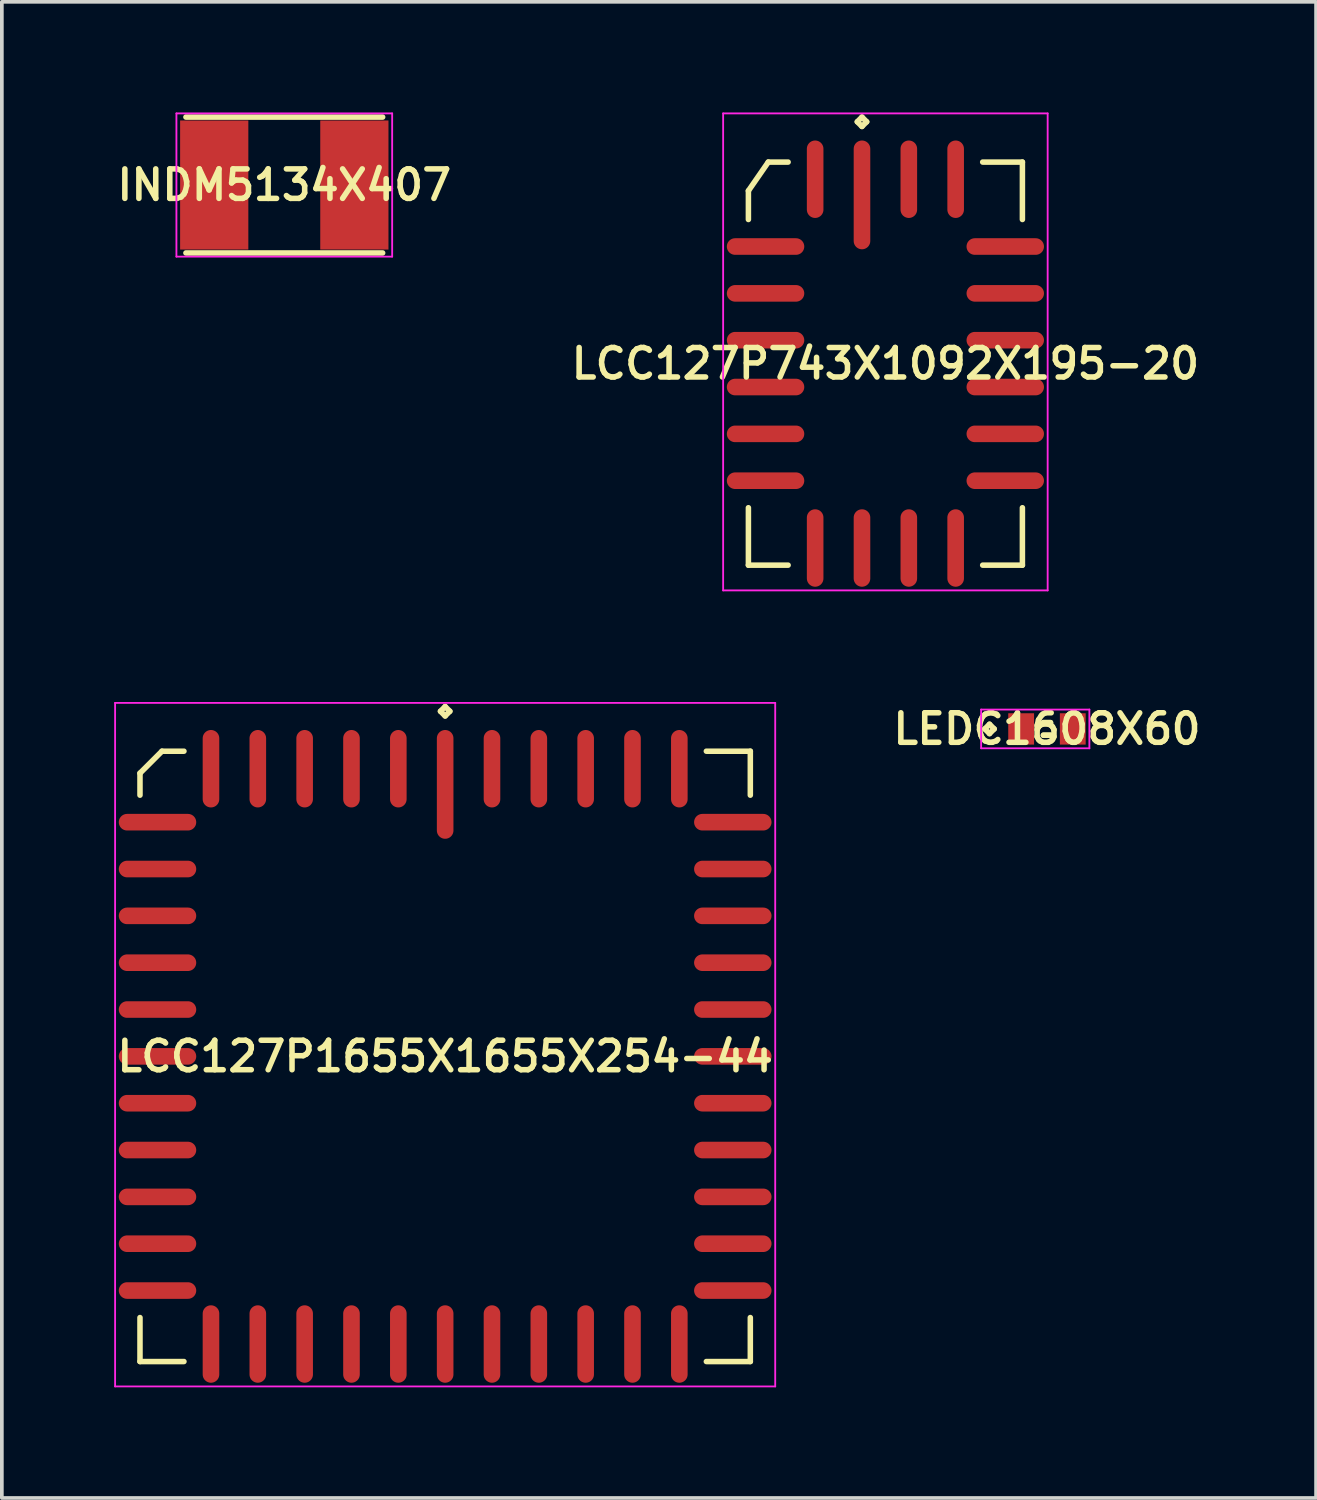
<source format=kicad_pcb>
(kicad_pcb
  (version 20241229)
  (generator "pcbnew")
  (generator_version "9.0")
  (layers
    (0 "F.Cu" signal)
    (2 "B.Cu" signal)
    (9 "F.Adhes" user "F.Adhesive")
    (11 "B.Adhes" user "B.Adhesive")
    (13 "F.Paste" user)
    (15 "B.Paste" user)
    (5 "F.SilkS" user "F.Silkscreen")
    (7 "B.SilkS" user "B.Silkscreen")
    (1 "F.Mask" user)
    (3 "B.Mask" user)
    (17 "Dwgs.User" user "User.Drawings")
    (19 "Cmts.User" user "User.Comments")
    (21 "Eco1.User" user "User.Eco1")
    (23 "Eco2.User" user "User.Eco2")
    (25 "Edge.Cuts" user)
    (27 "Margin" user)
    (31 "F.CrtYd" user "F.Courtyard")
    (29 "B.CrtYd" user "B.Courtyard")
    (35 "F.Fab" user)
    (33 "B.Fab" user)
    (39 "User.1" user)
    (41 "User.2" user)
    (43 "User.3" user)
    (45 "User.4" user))
  (footprint "LCC127P743X1092X195-20"
    (layer "F.Cu")
    (at 20.959 6.81)
    (property "Reference" "LCC127P743X1092X195-20" (at 0 0 0) (layer "F.SilkS") (effects (font (size 0.8 0.8) (thickness 0.15))))
    (attr smd)
    (fp_line (start -3.715 -4.686) (end -3.176 -5.465) (stroke (width 0.15) (type solid)) (layer "F.SilkS"))
    (fp_line (start -3.715 -3.908) (end -3.715 -4.686) (stroke (width 0.15) (type solid)) (layer "F.SilkS"))
    (fp_line (start -3.715 3.908) (end -3.715 5.465) (stroke (width 0.15) (type solid)) (layer "F.SilkS"))
    (fp_line (start -3.715 5.465) (end -2.638 5.465) (stroke (width 0.15) (type solid)) (layer "F.SilkS"))
    (fp_line (start -3.176 -5.465) (end -2.638 -5.465) (stroke (width 0.15) (type solid)) (layer "F.SilkS"))
    (fp_line (start -0.762 -6.558) (end -0.635 -6.685) (stroke (width 0.15) (type solid)) (layer "F.SilkS"))
    (fp_line (start -0.635 -6.685) (end -0.508 -6.558) (stroke (width 0.15) (type solid)) (layer "F.SilkS"))
    (fp_line (start -0.635 -6.431) (end -0.762 -6.558) (stroke (width 0.15) (type solid)) (layer "F.SilkS"))
    (fp_line (start -0.508 -6.558) (end -0.635 -6.431) (stroke (width 0.15) (type solid)) (layer "F.SilkS"))
    (fp_line (start 3.715 -5.465) (end 2.638 -5.465) (stroke (width 0.15) (type solid)) (layer "F.SilkS"))
    (fp_line (start 3.715 -3.908) (end 3.715 -5.465) (stroke (width 0.15) (type solid)) (layer "F.SilkS"))
    (fp_line (start 3.715 3.908) (end 3.715 5.465) (stroke (width 0.15) (type solid)) (layer "F.SilkS"))
    (fp_line (start 3.715 5.465) (end 2.638 5.465) (stroke (width 0.15) (type solid)) (layer "F.SilkS"))
    (fp_line (start -4.4 -6.785) (end 4.4 -6.785) (stroke (width 0.05) (type solid)) (layer "F.CrtYd"))
    (fp_line (start -4.4 6.15) (end -4.4 -6.785) (stroke (width 0.05) (type solid)) (layer "F.CrtYd"))
    (fp_line (start 4.4 -6.785) (end 4.4 6.15) (stroke (width 0.05) (type solid)) (layer "F.CrtYd"))
    (fp_line (start 4.4 6.15) (end -4.4 6.15) (stroke (width 0.05) (type solid)) (layer "F.CrtYd"))
    (pad "1" smd oval (at -0.635 -4.575) (size 0.45 2.95) (layers "F.Cu" "F.Mask" "F.Paste"))
    (pad "2" smd oval (at -1.905 -5) (size 0.45 2.1) (layers "F.Cu" "F.Mask" "F.Paste"))
    (pad "3" smd oval (at -3.25 -3.175) (size 2.1 0.45) (layers "F.Cu" "F.Mask" "F.Paste"))
    (pad "4" smd oval (at -3.25 -1.905) (size 2.1 0.45) (layers "F.Cu" "F.Mask" "F.Paste"))
    (pad "5" smd oval (at -3.25 -0.635) (size 2.1 0.45) (layers "F.Cu" "F.Mask" "F.Paste"))
    (pad "6" smd oval (at -3.25 0.635) (size 2.1 0.45) (layers "F.Cu" "F.Mask" "F.Paste"))
    (pad "7" smd oval (at -3.25 1.905) (size 2.1 0.45) (layers "F.Cu" "F.Mask" "F.Paste"))
    (pad "8" smd oval (at -3.25 3.175) (size 2.1 0.45) (layers "F.Cu" "F.Mask" "F.Paste"))
    (pad "9" smd oval (at -1.905 5) (size 0.45 2.1) (layers "F.Cu" "F.Mask" "F.Paste"))
    (pad "10" smd oval (at -0.635 5) (size 0.45 2.1) (layers "F.Cu" "F.Mask" "F.Paste"))
    (pad "11" smd oval (at 0.635 5) (size 0.45 2.1) (layers "F.Cu" "F.Mask" "F.Paste"))
    (pad "12" smd oval (at 1.905 5) (size 0.45 2.1) (layers "F.Cu" "F.Mask" "F.Paste"))
    (pad "13" smd oval (at 3.25 3.175) (size 2.1 0.45) (layers "F.Cu" "F.Mask" "F.Paste"))
    (pad "14" smd oval (at 3.25 1.905) (size 2.1 0.45) (layers "F.Cu" "F.Mask" "F.Paste"))
    (pad "15" smd oval (at 3.25 0.635) (size 2.1 0.45) (layers "F.Cu" "F.Mask" "F.Paste"))
    (pad "16" smd oval (at 3.25 -0.635) (size 2.1 0.45) (layers "F.Cu" "F.Mask" "F.Paste"))
    (pad "17" smd oval (at 3.25 -1.905) (size 2.1 0.45) (layers "F.Cu" "F.Mask" "F.Paste"))
    (pad "18" smd oval (at 3.25 -3.175) (size 2.1 0.45) (layers "F.Cu" "F.Mask" "F.Paste"))
    (pad "19" smd oval (at 1.905 -5) (size 0.45 2.1) (layers "F.Cu" "F.Mask" "F.Paste"))
    (pad "20" smd oval (at 0.635 -5) (size 0.45 2.1) (layers "F.Cu" "F.Mask" "F.Paste")))
  (footprint "INDM5134X407"
    (layer "F.Cu")
    (at 4.659 1.967)
    (property "Reference" "INDM5134X407" (at 0 0 0) (layer "F.SilkS") (effects (font (size 0.8 0.8) (thickness 0.15))))
    (attr smd)
    (fp_line (start -2.667 -1.842) (end 2.667 -1.842) (stroke (width 0.15) (type solid)) (layer "F.SilkS"))
    (fp_line (start -2.667 1.842) (end 2.667 1.842) (stroke (width 0.15) (type solid)) (layer "F.SilkS"))
    (fp_line (start -2.925 -1.942) (end 2.925 -1.942) (stroke (width 0.05) (type solid)) (layer "F.CrtYd"))
    (fp_line (start -2.925 1.942) (end -2.925 -1.942) (stroke (width 0.05) (type solid)) (layer "F.CrtYd"))
    (fp_line (start 2.925 -1.942) (end 2.925 1.942) (stroke (width 0.05) (type solid)) (layer "F.CrtYd"))
    (fp_line (start 2.925 1.942) (end -2.925 1.942) (stroke (width 0.05) (type solid)) (layer "F.CrtYd"))
    (pad "1" smd rect (at -1.9 0) (size 1.85 3.5) (layers "F.Cu" "F.Mask" "F.Paste"))
    (pad "2" smd rect (at 1.9 0) (size 1.85 3.5) (layers "F.Cu" "F.Mask" "F.Paste")))
  (footprint "LEDC1608X60"
    (layer "F.Cu")
    (at 25.34 16.716)
    (property "Reference" "LEDC1608X60" (at 0 0 0) (layer "F.SilkS") (effects (font (size 0.8 0.8) (thickness 0.15))))
    (attr smd)
    (fp_line (start -1.685 0) (end -1.558 -0.127) (stroke (width 0.15) (type solid)) (layer "F.SilkS"))
    (fp_line (start -1.558 -0.127) (end -1.431 0) (stroke (width 0.15) (type solid)) (layer "F.SilkS"))
    (fp_line (start -1.558 0.127) (end -1.685 0) (stroke (width 0.15) (type solid)) (layer "F.SilkS"))
    (fp_line (start -1.431 0) (end -1.558 0.127) (stroke (width 0.15) (type solid)) (layer "F.SilkS"))
    (fp_line (start -0.096 -0.171) (end 0.096 -0.171) (stroke (width 0.15) (type solid)) (layer "F.SilkS"))
    (fp_line (start -0.096 0.171) (end 0.096 0.171) (stroke (width 0.15) (type solid)) (layer "F.SilkS"))
    (fp_line (start 0.096 -0.171) (end -0.096 -0.171) (stroke (width 0.15) (type solid)) (layer "F.SilkS"))
    (fp_line (start 0.096 0.171) (end -0.096 0.171) (stroke (width 0.15) (type solid)) (layer "F.SilkS"))
    (fp_line (start -1.785 -0.525) (end 1.15 -0.525) (stroke (width 0.05) (type solid)) (layer "F.CrtYd"))
    (fp_line (start -1.785 0.525) (end -1.785 -0.525) (stroke (width 0.05) (type solid)) (layer "F.CrtYd"))
    (fp_line (start 1.15 -0.525) (end 1.15 0.525) (stroke (width 0.05) (type solid)) (layer "F.CrtYd"))
    (fp_line (start 1.15 0.525) (end -1.785 0.525) (stroke (width 0.05) (type solid)) (layer "F.CrtYd"))
    (pad "1" smd rect (at -0.7 0) (size 0.7 0.85) (layers "F.Cu" "F.Mask" "F.Paste"))
    (pad "2" smd rect (at 0.7 0) (size 0.7 0.85) (layers "F.Cu" "F.Mask" "F.Paste")))
  (footprint "LCC127P1655X1655X254-44"
    (layer "F.Cu")
    (at 9.021 25.595)
    (property "Reference" "LCC127P1655X1655X254-44" (at 0 0 0) (layer "F.SilkS") (effects (font (size 0.8 0.8) (thickness 0.15))))
    (attr smd)
    (fp_line (start -8.275 -7.679) (end -7.679 -8.275) (stroke (width 0.15) (type solid)) (layer "F.SilkS"))
    (fp_line (start -8.275 -7.083) (end -8.275 -7.679) (stroke (width 0.15) (type solid)) (layer "F.SilkS"))
    (fp_line (start -8.275 7.083) (end -8.275 8.275) (stroke (width 0.15) (type solid)) (layer "F.SilkS"))
    (fp_line (start -8.275 8.275) (end -7.083 8.275) (stroke (width 0.15) (type solid)) (layer "F.SilkS"))
    (fp_line (start -7.679 -8.275) (end -7.083 -8.275) (stroke (width 0.15) (type solid)) (layer "F.SilkS"))
    (fp_line (start -0.127 -9.358) (end 0 -9.485) (stroke (width 0.15) (type solid)) (layer "F.SilkS"))
    (fp_line (start 0 -9.485) (end 0.127 -9.358) (stroke (width 0.15) (type solid)) (layer "F.SilkS"))
    (fp_line (start 0 -9.231) (end -0.127 -9.358) (stroke (width 0.15) (type solid)) (layer "F.SilkS"))
    (fp_line (start 0.127 -9.358) (end 0 -9.231) (stroke (width 0.15) (type solid)) (layer "F.SilkS"))
    (fp_line (start 8.275 -8.275) (end 7.083 -8.275) (stroke (width 0.15) (type solid)) (layer "F.SilkS"))
    (fp_line (start 8.275 -7.083) (end 8.275 -8.275) (stroke (width 0.15) (type solid)) (layer "F.SilkS"))
    (fp_line (start 8.275 7.083) (end 8.275 8.275) (stroke (width 0.15) (type solid)) (layer "F.SilkS"))
    (fp_line (start 8.275 8.275) (end 7.083 8.275) (stroke (width 0.15) (type solid)) (layer "F.SilkS"))
    (fp_line (start -8.95 -9.585) (end 8.95 -9.585) (stroke (width 0.05) (type solid)) (layer "F.CrtYd"))
    (fp_line (start -8.95 8.95) (end -8.95 -9.585) (stroke (width 0.05) (type solid)) (layer "F.CrtYd"))
    (fp_line (start 8.95 -9.585) (end 8.95 8.95) (stroke (width 0.05) (type solid)) (layer "F.CrtYd"))
    (fp_line (start 8.95 8.95) (end -8.95 8.95) (stroke (width 0.05) (type solid)) (layer "F.CrtYd"))
    (pad "1" smd oval (at 0 -7.375) (size 0.45 2.95) (layers "F.Cu" "F.Mask" "F.Paste"))
    (pad "2" smd oval (at -1.27 -7.8) (size 0.45 2.1) (layers "F.Cu" "F.Mask" "F.Paste"))
    (pad "3" smd oval (at -2.54 -7.8) (size 0.45 2.1) (layers "F.Cu" "F.Mask" "F.Paste"))
    (pad "4" smd oval (at -3.81 -7.8) (size 0.45 2.1) (layers "F.Cu" "F.Mask" "F.Paste"))
    (pad "5" smd oval (at -5.08 -7.8) (size 0.45 2.1) (layers "F.Cu" "F.Mask" "F.Paste"))
    (pad "6" smd oval (at -6.35 -7.8) (size 0.45 2.1) (layers "F.Cu" "F.Mask" "F.Paste"))
    (pad "7" smd oval (at -7.8 -6.35) (size 2.1 0.45) (layers "F.Cu" "F.Mask" "F.Paste"))
    (pad "8" smd oval (at -7.8 -5.08) (size 2.1 0.45) (layers "F.Cu" "F.Mask" "F.Paste"))
    (pad "9" smd oval (at -7.8 -3.81) (size 2.1 0.45) (layers "F.Cu" "F.Mask" "F.Paste"))
    (pad "10" smd oval (at -7.8 -2.54) (size 2.1 0.45) (layers "F.Cu" "F.Mask" "F.Paste"))
    (pad "11" smd oval (at -7.8 -1.27) (size 2.1 0.45) (layers "F.Cu" "F.Mask" "F.Paste"))
    (pad "12" smd oval (at -7.8 0) (size 2.1 0.45) (layers "F.Cu" "F.Mask" "F.Paste"))
    (pad "13" smd oval (at -7.8 1.27) (size 2.1 0.45) (layers "F.Cu" "F.Mask" "F.Paste"))
    (pad "14" smd oval (at -7.8 2.54) (size 2.1 0.45) (layers "F.Cu" "F.Mask" "F.Paste"))
    (pad "15" smd oval (at -7.8 3.81) (size 2.1 0.45) (layers "F.Cu" "F.Mask" "F.Paste"))
    (pad "16" smd oval (at -7.8 5.08) (size 2.1 0.45) (layers "F.Cu" "F.Mask" "F.Paste"))
    (pad "17" smd oval (at -7.8 6.35) (size 2.1 0.45) (layers "F.Cu" "F.Mask" "F.Paste"))
    (pad "18" smd oval (at -6.35 7.8) (size 0.45 2.1) (layers "F.Cu" "F.Mask" "F.Paste"))
    (pad "19" smd oval (at -5.08 7.8) (size 0.45 2.1) (layers "F.Cu" "F.Mask" "F.Paste"))
    (pad "20" smd oval (at -3.81 7.8) (size 0.45 2.1) (layers "F.Cu" "F.Mask" "F.Paste"))
    (pad "21" smd oval (at -2.54 7.8) (size 0.45 2.1) (layers "F.Cu" "F.Mask" "F.Paste"))
    (pad "22" smd oval (at -1.27 7.8) (size 0.45 2.1) (layers "F.Cu" "F.Mask" "F.Paste"))
    (pad "23" smd oval (at 0 7.8) (size 0.45 2.1) (layers "F.Cu" "F.Mask" "F.Paste"))
    (pad "24" smd oval (at 1.27 7.8) (size 0.45 2.1) (layers "F.Cu" "F.Mask" "F.Paste"))
    (pad "25" smd oval (at 2.54 7.8) (size 0.45 2.1) (layers "F.Cu" "F.Mask" "F.Paste"))
    (pad "26" smd oval (at 3.81 7.8) (size 0.45 2.1) (layers "F.Cu" "F.Mask" "F.Paste"))
    (pad "27" smd oval (at 5.08 7.8) (size 0.45 2.1) (layers "F.Cu" "F.Mask" "F.Paste"))
    (pad "28" smd oval (at 6.35 7.8) (size 0.45 2.1) (layers "F.Cu" "F.Mask" "F.Paste"))
    (pad "29" smd oval (at 7.8 6.35) (size 2.1 0.45) (layers "F.Cu" "F.Mask" "F.Paste"))
    (pad "30" smd oval (at 7.8 5.08) (size 2.1 0.45) (layers "F.Cu" "F.Mask" "F.Paste"))
    (pad "31" smd oval (at 7.8 3.81) (size 2.1 0.45) (layers "F.Cu" "F.Mask" "F.Paste"))
    (pad "32" smd oval (at 7.8 2.54) (size 2.1 0.45) (layers "F.Cu" "F.Mask" "F.Paste"))
    (pad "33" smd oval (at 7.8 1.27) (size 2.1 0.45) (layers "F.Cu" "F.Mask" "F.Paste"))
    (pad "34" smd oval (at 7.8 0) (size 2.1 0.45) (layers "F.Cu" "F.Mask" "F.Paste"))
    (pad "35" smd oval (at 7.8 -1.27) (size 2.1 0.45) (layers "F.Cu" "F.Mask" "F.Paste"))
    (pad "36" smd oval (at 7.8 -2.54) (size 2.1 0.45) (layers "F.Cu" "F.Mask" "F.Paste"))
    (pad "37" smd oval (at 7.8 -3.81) (size 2.1 0.45) (layers "F.Cu" "F.Mask" "F.Paste"))
    (pad "38" smd oval (at 7.8 -5.08) (size 2.1 0.45) (layers "F.Cu" "F.Mask" "F.Paste"))
    (pad "39" smd oval (at 7.8 -6.35) (size 2.1 0.45) (layers "F.Cu" "F.Mask" "F.Paste"))
    (pad "40" smd oval (at 6.35 -7.8) (size 0.45 2.1) (layers "F.Cu" "F.Mask" "F.Paste"))
    (pad "41" smd oval (at 5.08 -7.8) (size 0.45 2.1) (layers "F.Cu" "F.Mask" "F.Paste"))
    (pad "42" smd oval (at 3.81 -7.8) (size 0.45 2.1) (layers "F.Cu" "F.Mask" "F.Paste"))
    (pad "43" smd oval (at 2.54 -7.8) (size 0.45 2.1) (layers "F.Cu" "F.Mask" "F.Paste"))
    (pad "44" smd oval (at 1.27 -7.8) (size 0.45 2.1) (layers "F.Cu" "F.Mask" "F.Paste")))
  (gr_rect
    (start -3 -3)
    (end 32.637 37.57)
    (stroke (width 0.1) (type default))
    (fill no)
    (layer "Edge.Cuts")))
</source>
